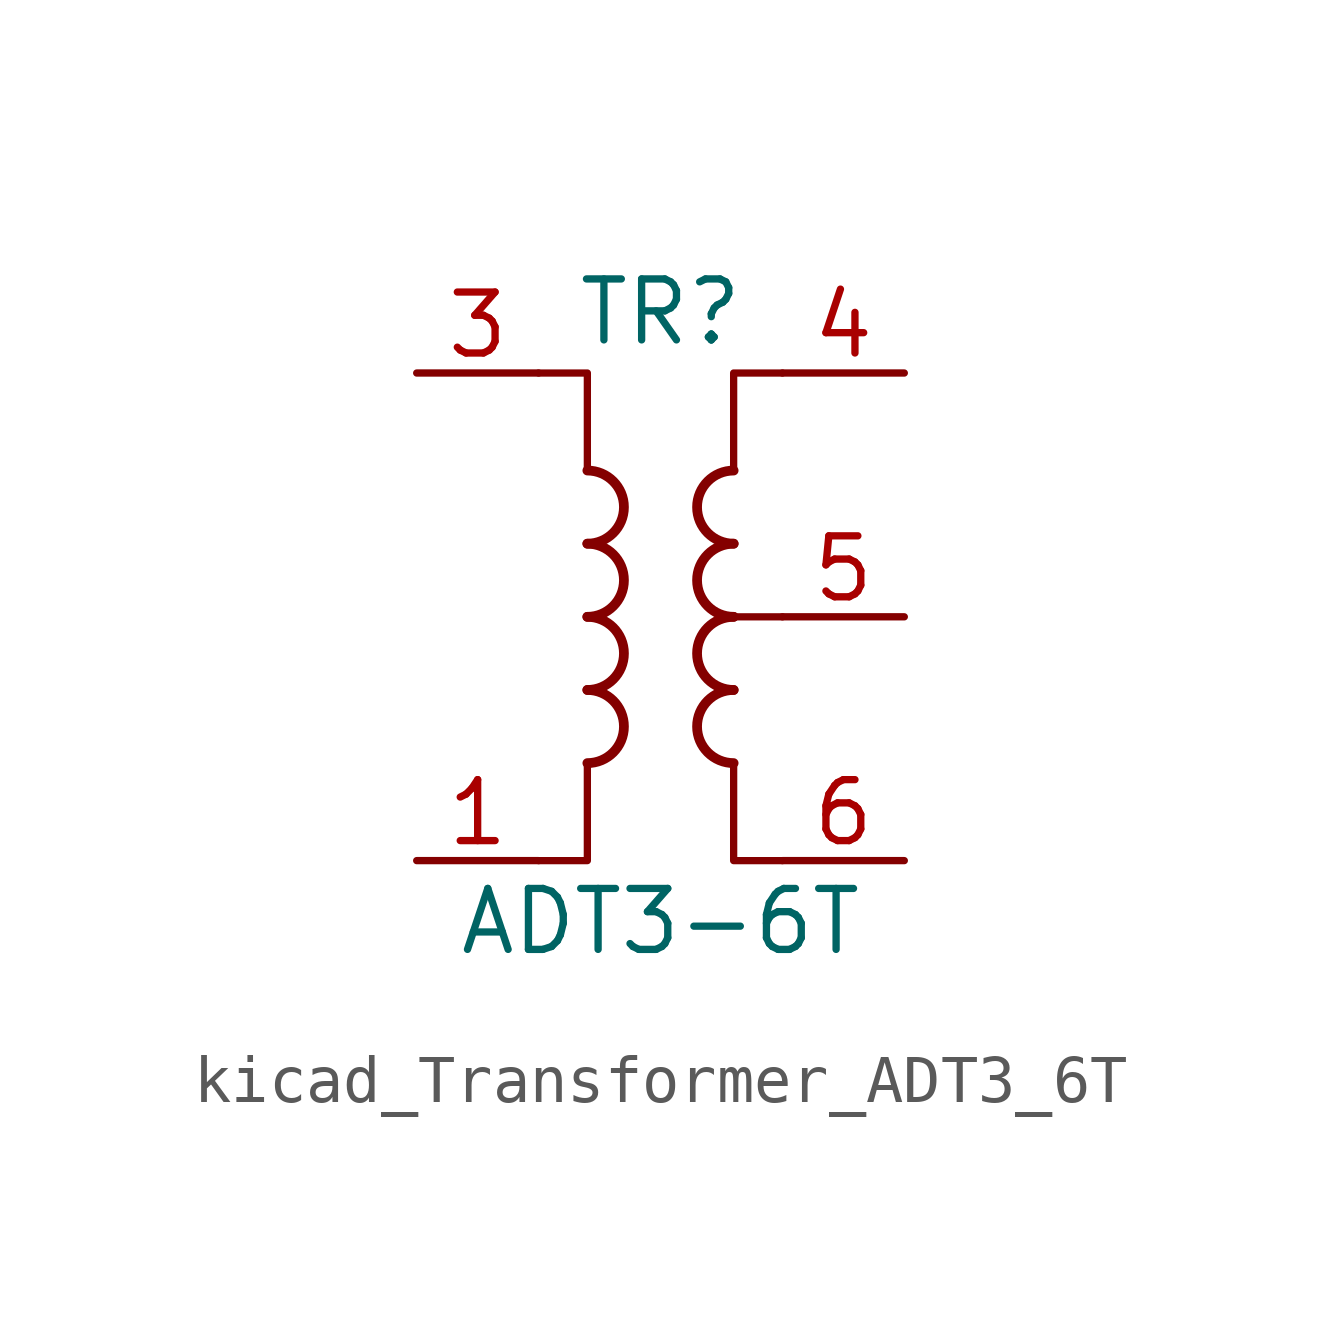
<source format=kicad_sym>
(kicad_symbol_lib
  (version 20220914)
  (generator kicad_symbol_editor)
  (symbol "kicad_Transformer_ADT3_6T"
    (pin_names hide)
    (property "Reference" "TR"
      (at 0 6.35 0)
      (effects (font (size 1.27 1.27))))
    (property "Value" "ADT3-6T"
      (at 0 -6.35 0)
      (effects (font (size 1.27 1.27))))
    (symbol "kicad_Transformer_ADT3_6T_0_1"
      (arc (start -1.524 -3.048) (mid -0.7653 -2.286) (end -1.524 -1.524) (stroke (width 0.2032) (type default)) (fill (type none)))
      (arc (start -1.524 -1.524) (mid -0.7653 -0.762) (end -1.524 0) (stroke (width 0.2032) (type default)) (fill (type none)))
      (arc (start -1.524 0) (mid -0.7653 0.762) (end -1.524 1.524) (stroke (width 0.2032) (type default)) (fill (type none)))
      (arc (start -1.524 1.524) (mid -0.7653 2.286) (end -1.524 3.048) (stroke (width 0.2032) (type default)) (fill (type none)))
      (polyline (pts (xy 2.54 0) (xy 1.27 0)) (stroke (width 0.152) (type default)) (fill (type none)))
      (polyline (pts (xy -2.54 5.08) (xy -1.524 5.08) (xy -1.524 3.048) (xy -1.524 3.048)) (stroke (width 0.152) (type default)) (fill (type none)))
      (polyline (pts (xy -1.524 -3.048) (xy -1.524 -5.08) (xy -2.54 -5.08) (xy -2.54 -5.08)) (stroke (width 0.152) (type default)) (fill (type none)))
      (polyline (pts (xy 1.524 3.048) (xy 1.524 5.08) (xy 2.54 5.08) (xy 2.54 5.08)) (stroke (width 0.152) (type default)) (fill (type none)))
      (polyline (pts (xy 2.54 -5.08) (xy 1.524 -5.08) (xy 1.524 -3.048) (xy 1.524 -3.048)) (stroke (width 0.152) (type default)) (fill (type none)))
      (arc (start 1.524 -1.524) (mid 0.7653 -2.286) (end 1.524 -3.048) (stroke (width 0.2032) (type default)) (fill (type none)))
      (arc (start 1.524 0) (mid 0.7653 -0.762) (end 1.524 -1.524) (stroke (width 0.2032) (type default)) (fill (type none)))
      (arc (start 1.524 1.524) (mid 0.7653 0.762) (end 1.524 0) (stroke (width 0.2032) (type default)) (fill (type none)))
      (arc (start 1.524 3.048) (mid 0.7653 2.286) (end 1.524 1.524) (stroke (width 0.2032) (type default)) (fill (type none))))
    (symbol "kicad_Transformer_ADT3_6T_1_1"
      (pin passive line (at -5.08 -5.08 0) (length 2.54) (name "~" (effects (font (size 1.27 1.27)))) (number "1" (effects (font (size 1.27 1.27)))))
      (pin passive line (at -5.08 5.08 0) (length 2.54) (name "~" (effects (font (size 1.27 1.27)))) (number "3" (effects (font (size 1.27 1.27)))))
      (pin passive line (at 5.08 5.08 180) (length 2.54) (name "~" (effects (font (size 1.27 1.27)))) (number "4" (effects (font (size 1.27 1.27)))))
      (pin passive line (at 5.08 0 180) (length 2.54) (name "~" (effects (font (size 1.27 1.27)))) (number "5" (effects (font (size 1.27 1.27)))))
      (pin passive line (at 5.08 -5.08 180) (length 2.54) (name "~" (effects (font (size 1.27 1.27)))) (number "6" (effects (font (size 1.27 1.27))))))))
</source>
